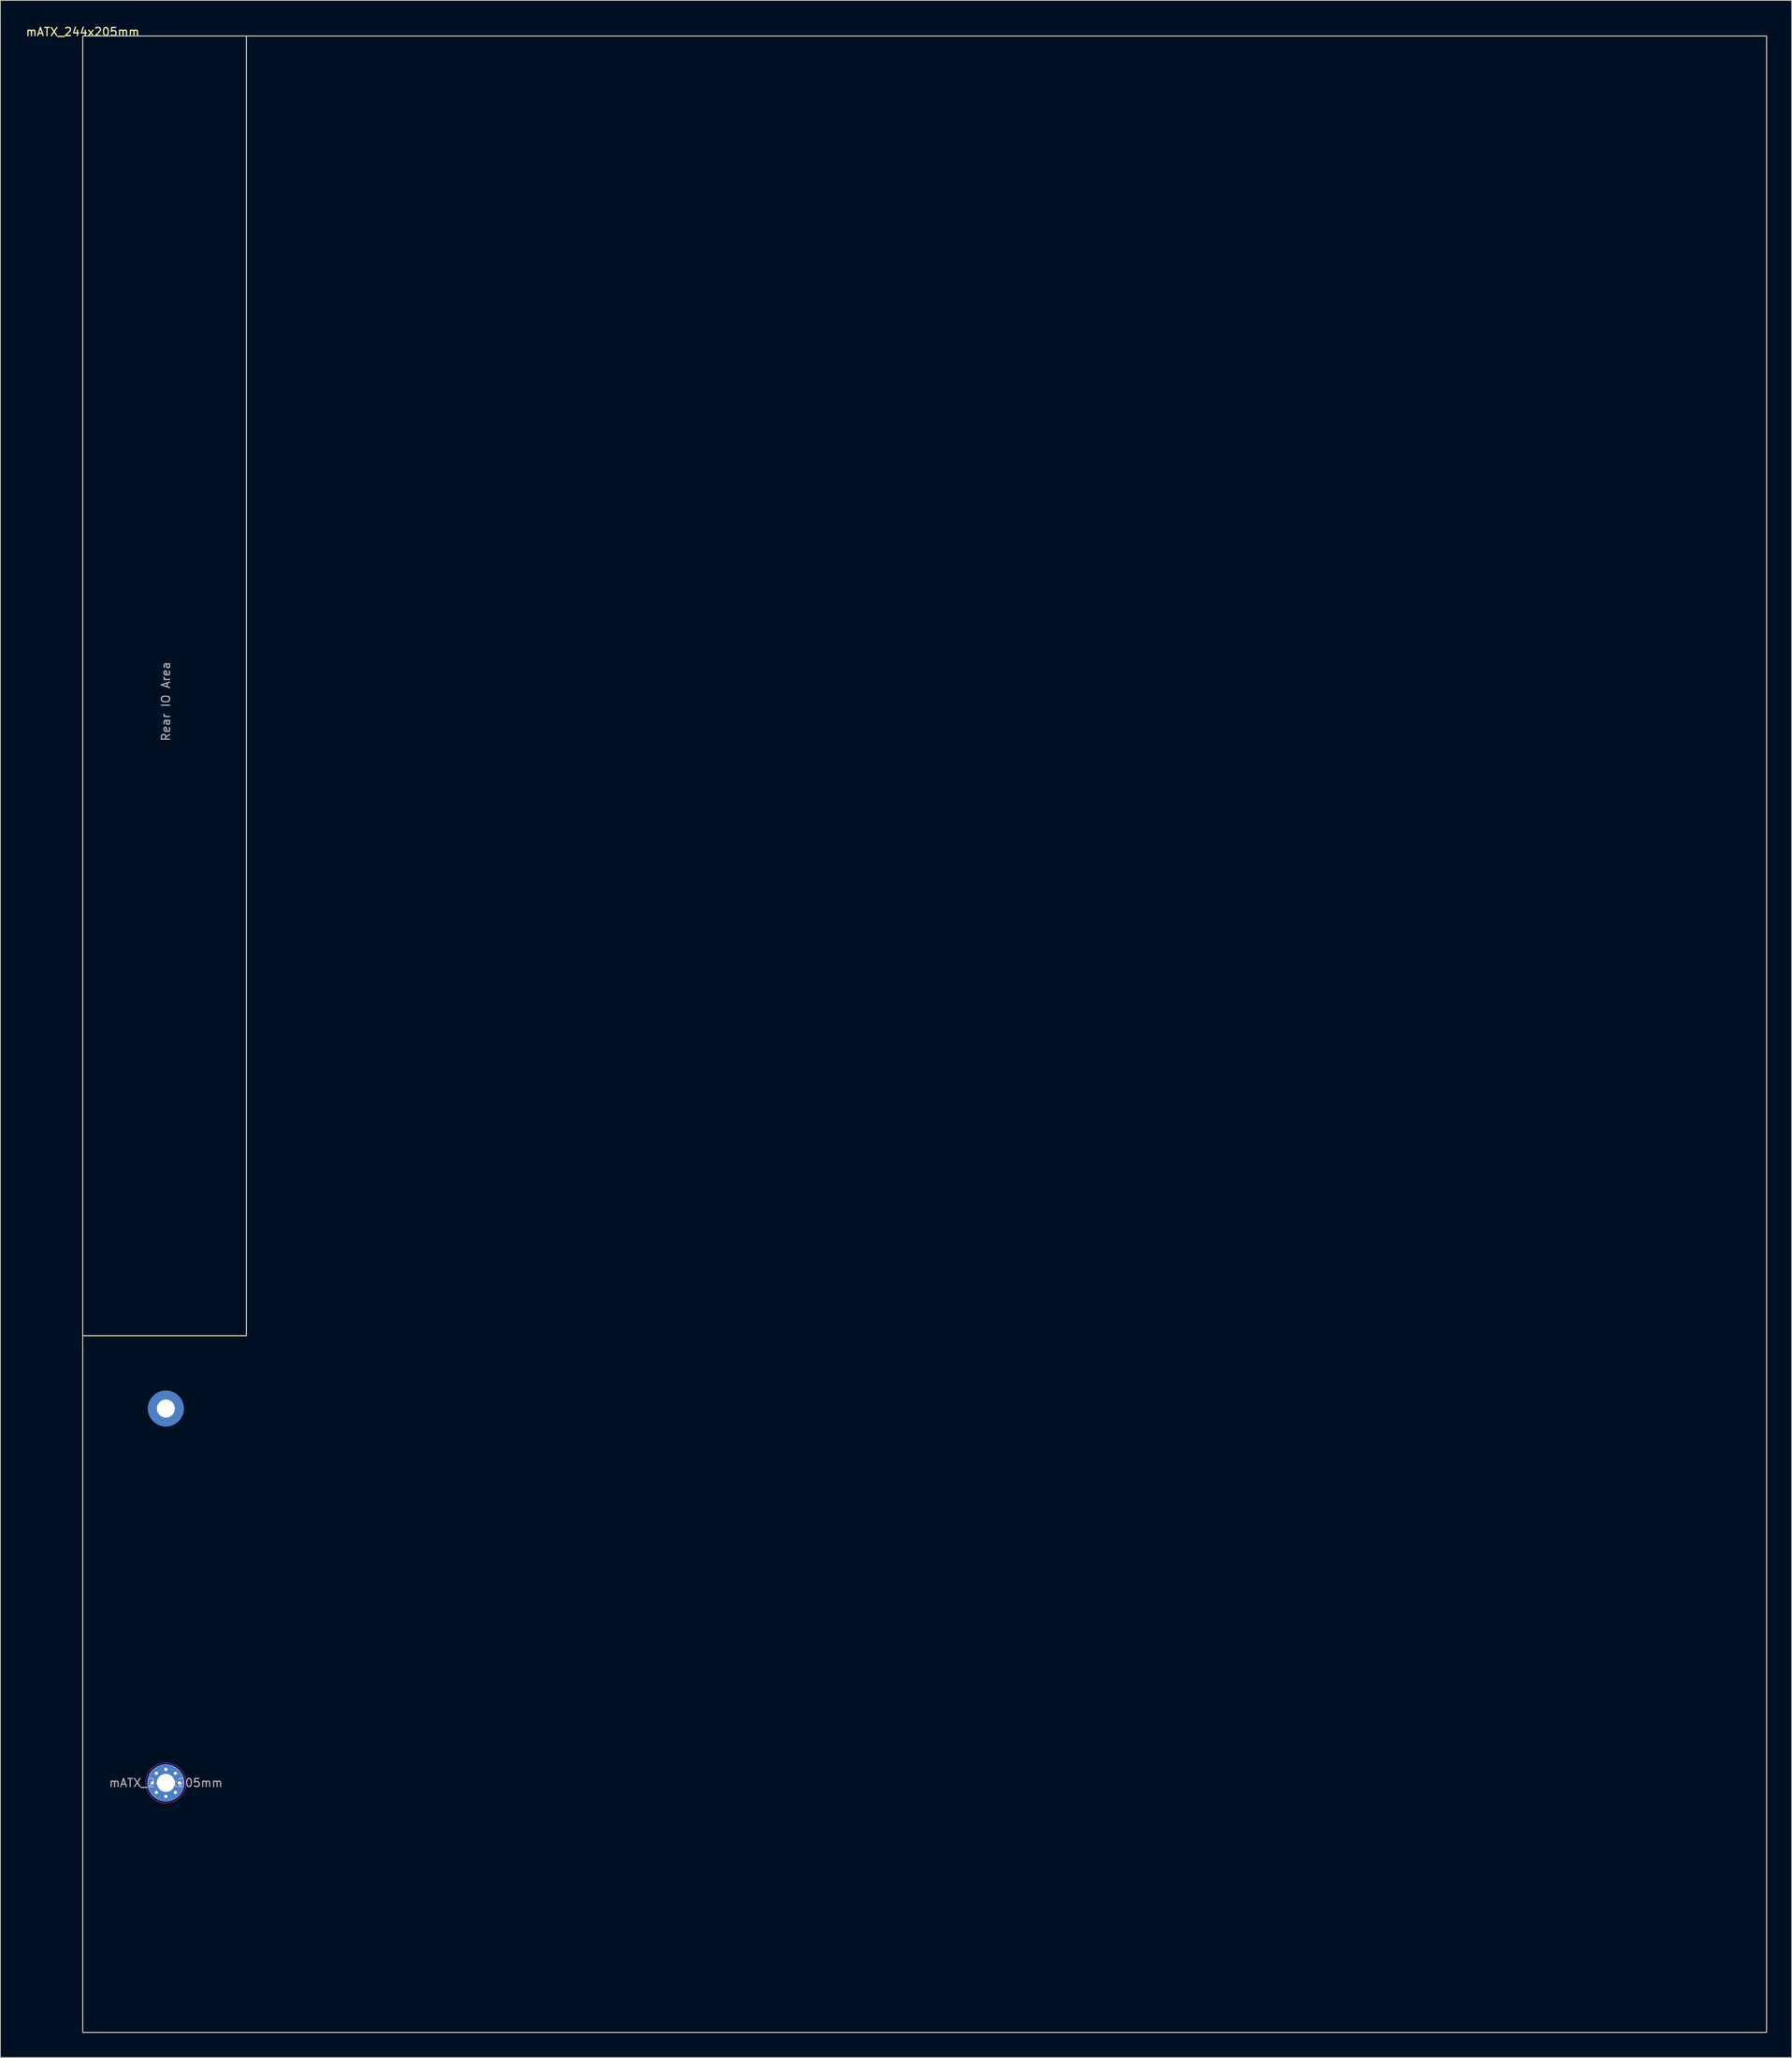
<source format=kicad_pcb>
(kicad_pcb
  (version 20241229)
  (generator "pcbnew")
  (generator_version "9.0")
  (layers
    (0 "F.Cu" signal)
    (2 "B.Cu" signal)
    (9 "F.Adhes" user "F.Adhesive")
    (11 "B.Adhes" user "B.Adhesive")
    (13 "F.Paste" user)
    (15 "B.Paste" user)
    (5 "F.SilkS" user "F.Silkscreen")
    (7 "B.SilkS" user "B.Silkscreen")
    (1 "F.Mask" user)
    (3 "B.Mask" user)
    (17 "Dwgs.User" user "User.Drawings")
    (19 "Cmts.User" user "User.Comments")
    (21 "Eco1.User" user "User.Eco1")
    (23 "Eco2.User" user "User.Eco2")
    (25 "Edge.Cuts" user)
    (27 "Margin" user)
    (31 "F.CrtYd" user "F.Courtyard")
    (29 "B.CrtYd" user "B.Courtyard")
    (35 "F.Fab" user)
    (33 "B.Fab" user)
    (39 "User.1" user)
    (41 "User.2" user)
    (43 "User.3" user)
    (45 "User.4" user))
  (footprint "mATX_244x205mm"
    (layer "F.Cu")
    (at 7.054 1.348)
    (property "Reference" "mATX_244x205mm" (at 0 -0.5 0) (unlocked yes) (layer "F.SilkS") (effects (font (size 1 1) (thickness 0.15))))
    (attr through_hole)
    (fp_rect (start 0 0) (end 20 158.75) (stroke (width 0.12) (type solid)) (fill no) (layer "F.SilkS"))
    (fp_circle (center 10.16 213.36) (end 12.36 213.36) (stroke (width 0.15) (type solid)) (fill no) (layer "Cmts.User"))
    (fp_rect (start 0 0) (end 205.74 243.84) (stroke (width 0.12) (type solid)) (fill no) (layer "Edge.Cuts"))
    (fp_circle (center 10.16 213.36) (end 12.61 213.36) (stroke (width 0.05) (type solid)) (fill no) (layer "F.CrtYd"))
    (fp_text user "${REFERENCE}" (at 10.16 213.36 0) (layer "F.Fab") (effects (font (size 1 1) (thickness 0.15))))
    (fp_text user "Rear IO Area" (at 10.16 81.28 90) (unlocked yes) (layer "F.Fab") (effects (font (size 1 1) (thickness 0.15))))
    (pad "1" thru_hole circle (at 8.51 213.36) (size 0.7 0.7) (drill 0.4) (layers "*.Cu" "*.Mask"))
    (pad "1" thru_hole circle (at 8.993 212.193) (size 0.7 0.7) (drill 0.4) (layers "*.Cu" "*.Mask"))
    (pad "1" thru_hole circle (at 8.993 214.527) (size 0.7 0.7) (drill 0.4) (layers "*.Cu" "*.Mask"))
    (pad "1" thru_hole circle (at 10.16 167.64) (size 4.4 4.4) (drill 2.2) (layers "*.Cu" "*.Mask"))
    (pad "1" thru_hole circle (at 10.16 211.71) (size 0.7 0.7) (drill 0.4) (layers "*.Cu" "*.Mask"))
    (pad "1" thru_hole circle (at 10.16 213.36) (size 4.4 4.4) (drill 2.2) (layers "*.Cu" "*.Mask"))
    (pad "1" thru_hole circle (at 10.16 215.01) (size 0.7 0.7) (drill 0.4) (layers "*.Cu" "*.Mask"))
    (pad "1" thru_hole circle (at 11.327 212.193) (size 0.7 0.7) (drill 0.4) (layers "*.Cu" "*.Mask"))
    (pad "1" thru_hole circle (at 11.327 214.527) (size 0.7 0.7) (drill 0.4) (layers "*.Cu" "*.Mask"))
    (pad "1" thru_hole circle (at 11.81 213.36) (size 0.7 0.7) (drill 0.4) (layers "*.Cu" "*.Mask")))
  (gr_rect
    (start -3 -3)
    (end 215.854 248.248)
    (stroke (width 0.1) (type default))
    (fill no)
    (layer "Edge.Cuts")))
</source>
